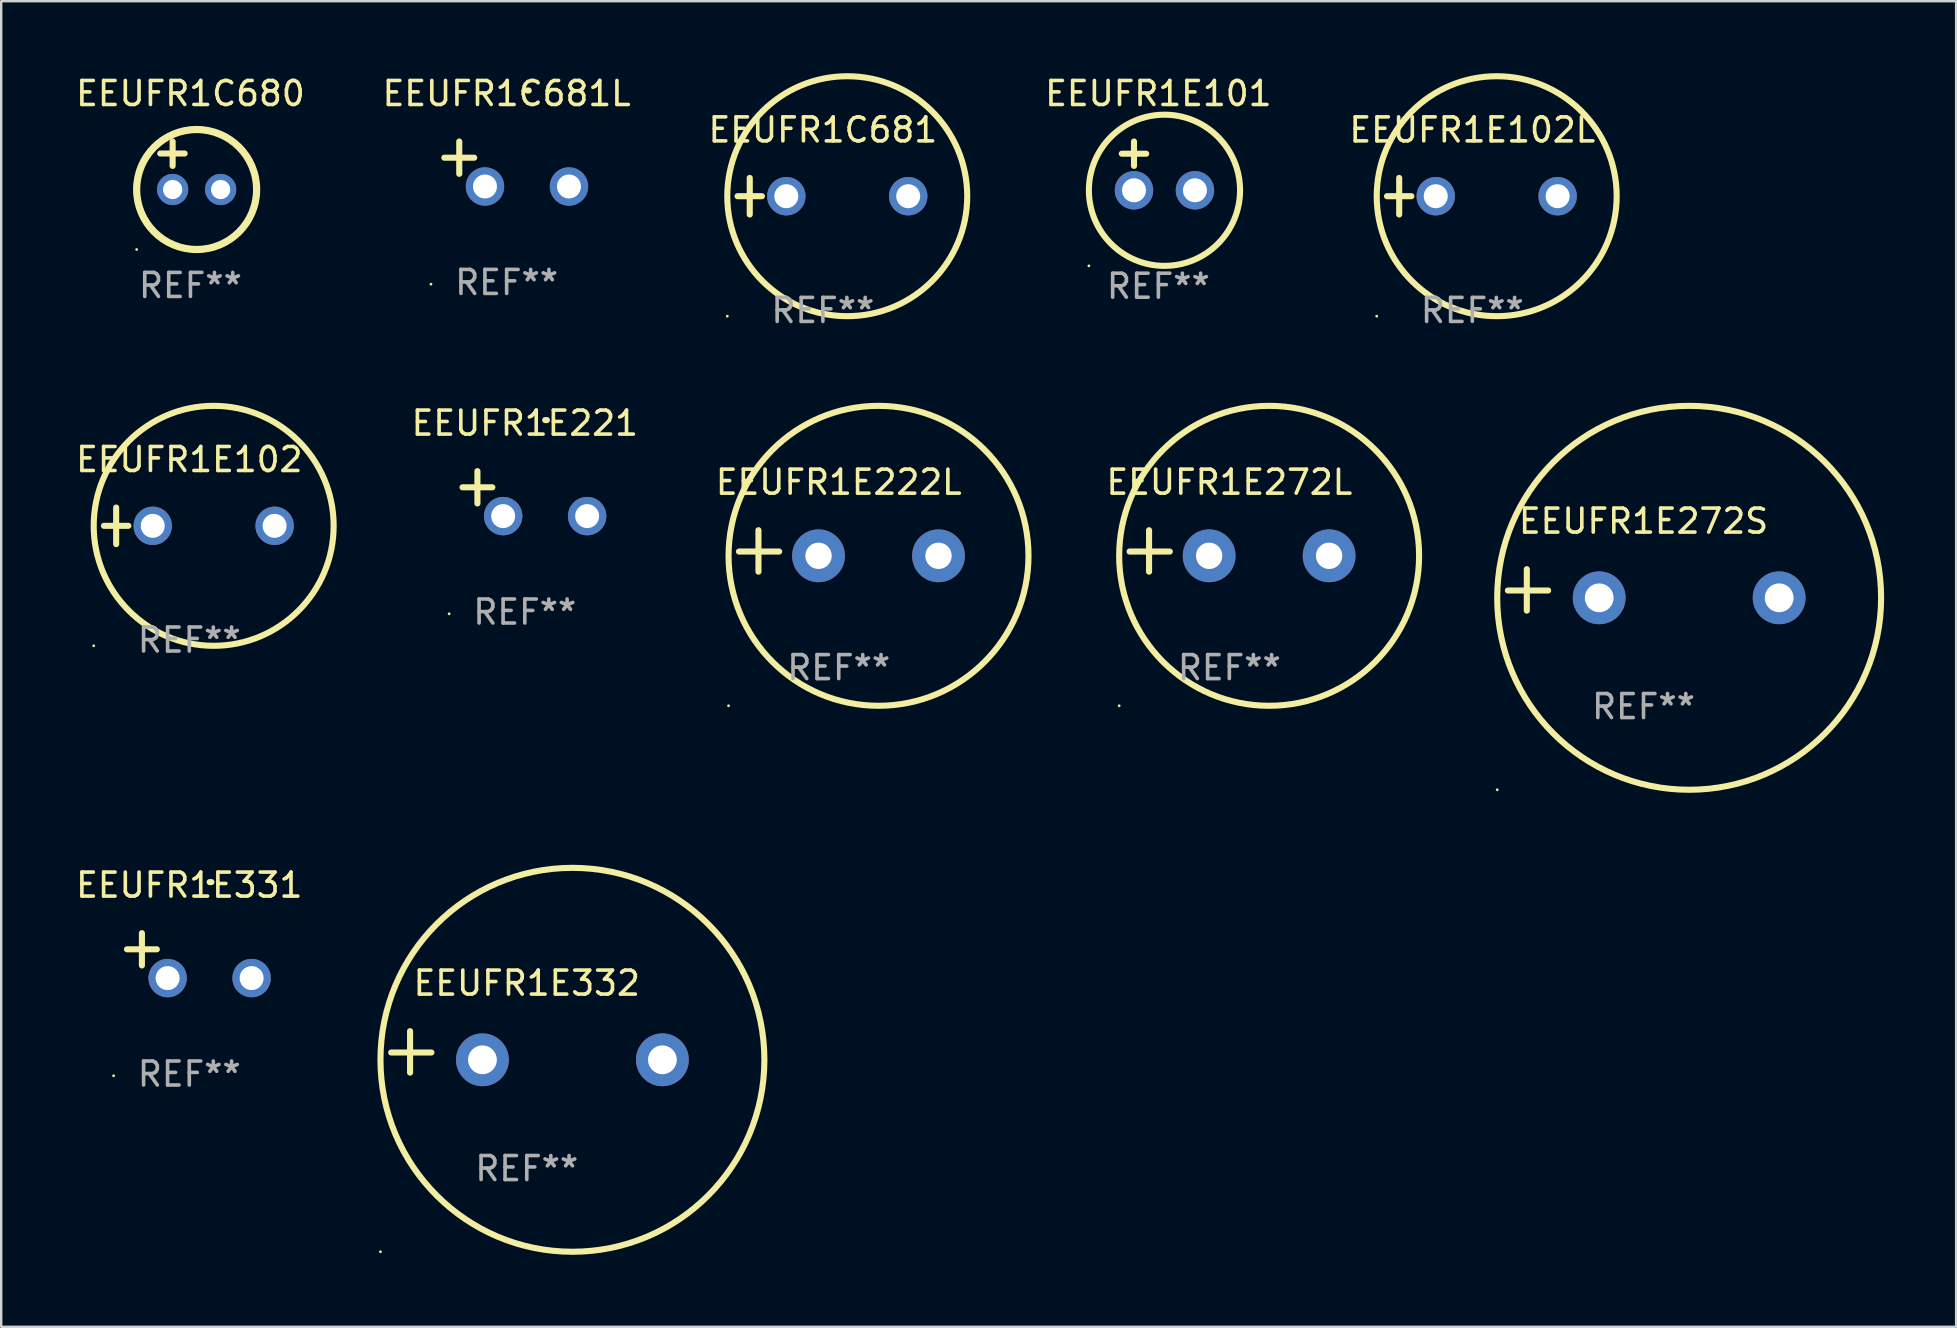
<source format=kicad_pcb>
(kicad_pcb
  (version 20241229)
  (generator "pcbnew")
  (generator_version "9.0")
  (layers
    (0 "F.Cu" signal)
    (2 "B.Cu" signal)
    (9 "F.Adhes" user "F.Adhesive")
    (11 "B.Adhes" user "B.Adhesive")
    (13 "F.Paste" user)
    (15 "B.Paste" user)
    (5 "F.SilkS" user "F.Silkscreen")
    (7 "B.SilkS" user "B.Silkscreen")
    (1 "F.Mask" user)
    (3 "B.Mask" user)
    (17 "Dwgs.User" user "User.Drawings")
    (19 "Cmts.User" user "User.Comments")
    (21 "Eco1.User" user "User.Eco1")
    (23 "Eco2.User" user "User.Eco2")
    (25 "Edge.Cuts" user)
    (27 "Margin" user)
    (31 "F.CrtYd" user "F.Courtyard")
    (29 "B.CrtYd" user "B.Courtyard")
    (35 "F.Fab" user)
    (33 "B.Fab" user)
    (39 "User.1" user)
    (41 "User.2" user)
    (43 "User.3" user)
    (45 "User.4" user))
  (footprint "EEUFR1E222L"
    (layer "F.Cu")
    (at 31.905 19.911)
    (property "Reference" "EEUFR1E222L" (at 0 -2.864 0) (layer "F.SilkS") (effects (font (size 1 1) (thickness 0.15))))
    (attr through_hole)
    (fp_line (start -3.346 0.864) (end -3.346 -0.864) (stroke (width 0.254) (type solid)) (layer "F.SilkS"))
    (fp_line (start -2.482 0.025) (end -4.158 0.025) (stroke (width 0.254) (type solid)) (layer "F.SilkS"))
    (fp_circle (center -4.592 6.453) (end -4.562 6.453) (stroke (width 0.06) (type solid)) (fill no) (layer "F.SilkS"))
    (fp_circle (center 1.658 0.203) (end 7.908 0.203) (stroke (width 0.254) (type solid)) (fill no) (layer "F.SilkS"))
    (fp_text user "REF**" (at 0 4.864 0) (layer "F.Fab") (effects (font (size 1 1) (thickness 0.15))))
    (pad "1" thru_hole circle (at -0.842 0.203) (size 2.2 2.2) (drill 1.1) (layers "*.Cu" "*.Mask"))
    (pad "2" thru_hole circle (at 4.158 0.203) (size 2.2 2.2) (drill 1.1) (layers "*.Cu" "*.Mask")))
  (footprint "EEUFR1E331"
    (layer "F.Cu")
    (at 4.839 36.776)
    (property "Reference" "EEUFR1E331" (at 0 -2.937 0) (layer "F.SilkS") (effects (font (size 1 1) (thickness 0.15))))
    (attr through_hole)
    (fp_line (start -1.975 0.41) (end -1.975 -0.937) (stroke (width 0.254) (type solid)) (layer "F.SilkS"))
    (fp_line (start -1.353 -0.263) (end -2.597 -0.263) (stroke (width 0.254) (type solid)) (layer "F.SilkS"))
    (fp_arc (start 0.849809 -3.063957) (mid 0.885369 -3.064114) (end 0.920929 -3.063957) (stroke (width 0.254001) (type solid)) (layer "F.SilkS"))
    (fp_circle (center -3.154 5.008) (end -3.124 5.008) (stroke (width 0.06) (type solid)) (fill no) (layer "F.SilkS"))
    (fp_text user "REF**" (at 0 4.937 0) (layer "F.Fab") (effects (font (size 1 1) (thickness 0.15))))
    (pad "1" thru_hole circle (at -0.903 0.937) (size 1.6 1.6) (drill 1) (layers "*.Cu" "*.Mask"))
    (pad "2" thru_hole circle (at 2.597 0.937) (size 1.6 1.6) (drill 1) (layers "*.Cu" "*.Mask")))
  (footprint "EEUFR1C681L"
    (layer "F.Cu")
    (at 18.065 3.785)
    (property "Reference" "EEUFR1C681L" (at 0 -2.937 0) (layer "F.SilkS") (effects (font (size 1 1) (thickness 0.15))))
    (attr through_hole)
    (fp_line (start -1.975 0.41) (end -1.975 -0.937) (stroke (width 0.254) (type solid)) (layer "F.SilkS"))
    (fp_line (start -1.353 -0.263) (end -2.597 -0.263) (stroke (width 0.254) (type solid)) (layer "F.SilkS"))
    (fp_arc (start 0.849809 -3.063957) (mid 0.885369 -3.064114) (end 0.920929 -3.063957) (stroke (width 0.254001) (type solid)) (layer "F.SilkS"))
    (fp_circle (center -3.154 5.008) (end -3.124 5.008) (stroke (width 0.06) (type solid)) (fill no) (layer "F.SilkS"))
    (fp_text user "REF**" (at 0 4.937 0) (layer "F.Fab") (effects (font (size 1 1) (thickness 0.15))))
    (pad "1" thru_hole circle (at -0.903 0.937) (size 1.6 1.6) (drill 1) (layers "*.Cu" "*.Mask"))
    (pad "2" thru_hole circle (at 2.597 0.937) (size 1.6 1.6) (drill 1) (layers "*.Cu" "*.Mask")))
  (footprint "EEUFR1E102L"
    (layer "F.Cu")
    (at 58.31 5.127)
    (property "Reference" "EEUFR1E102L" (at 0 -2.762 0) (layer "F.SilkS") (effects (font (size 1 1) (thickness 0.15))))
    (attr through_hole)
    (fp_line (start -3.556 0) (end -2.54 0) (stroke (width 0.254) (type solid)) (layer "F.SilkS"))
    (fp_line (start -3.048 -0.762) (end -3.048 0.762) (stroke (width 0.254) (type solid)) (layer "F.SilkS"))
    (fp_circle (center -3.984 5) (end -3.954 5) (stroke (width 0.06) (type solid)) (fill no) (layer "F.SilkS"))
    (fp_circle (center 1.016 0) (end 6.016 0) (stroke (width 0.254) (type solid)) (fill no) (layer "F.SilkS"))
    (fp_text user "REF**" (at 0 4.762 0) (layer "F.Fab") (effects (font (size 1 1) (thickness 0.15))))
    (pad "1" thru_hole circle (at -1.524 0) (size 1.6 1.6) (drill 1) (layers "*.Cu" "*.Mask"))
    (pad "2" thru_hole circle (at 3.556 0) (size 1.6 1.6) (drill 1) (layers "*.Cu" "*.Mask")))
  (footprint "EEUFR1E221"
    (layer "F.Cu")
    (at 18.822 17.522)
    (property "Reference" "EEUFR1E221" (at 0 -2.937 0) (layer "F.SilkS") (effects (font (size 1 1) (thickness 0.15))))
    (attr through_hole)
    (fp_line (start -1.975 0.41) (end -1.975 -0.937) (stroke (width 0.254) (type solid)) (layer "F.SilkS"))
    (fp_line (start -1.353 -0.263) (end -2.597 -0.263) (stroke (width 0.254) (type solid)) (layer "F.SilkS"))
    (fp_arc (start 0.849809 -3.063957) (mid 0.885369 -3.064114) (end 0.920929 -3.063957) (stroke (width 0.254001) (type solid)) (layer "F.SilkS"))
    (fp_circle (center -3.154 5.008) (end -3.124 5.008) (stroke (width 0.06) (type solid)) (fill no) (layer "F.SilkS"))
    (fp_text user "REF**" (at 0 4.937 0) (layer "F.Fab") (effects (font (size 1 1) (thickness 0.15))))
    (pad "1" thru_hole circle (at -0.903 0.937) (size 1.6 1.6) (drill 1) (layers "*.Cu" "*.Mask"))
    (pad "2" thru_hole circle (at 2.597 0.937) (size 1.6 1.6) (drill 1) (layers "*.Cu" "*.Mask")))
  (footprint "EEUFR1E102"
    (layer "F.Cu")
    (at 4.839 18.864)
    (property "Reference" "EEUFR1E102" (at 0 -2.762 0) (layer "F.SilkS") (effects (font (size 1 1) (thickness 0.15))))
    (attr through_hole)
    (fp_line (start -3.556 0) (end -2.54 0) (stroke (width 0.254) (type solid)) (layer "F.SilkS"))
    (fp_line (start -3.048 -0.762) (end -3.048 0.762) (stroke (width 0.254) (type solid)) (layer "F.SilkS"))
    (fp_circle (center -3.984 5) (end -3.954 5) (stroke (width 0.06) (type solid)) (fill no) (layer "F.SilkS"))
    (fp_circle (center 1.016 0) (end 6.016 0) (stroke (width 0.254) (type solid)) (fill no) (layer "F.SilkS"))
    (fp_text user "REF**" (at 0 4.762 0) (layer "F.Fab") (effects (font (size 1 1) (thickness 0.15))))
    (pad "1" thru_hole circle (at -1.524 0) (size 1.6 1.6) (drill 1) (layers "*.Cu" "*.Mask"))
    (pad "2" thru_hole circle (at 3.556 0) (size 1.6 1.6) (drill 1) (layers "*.Cu" "*.Mask")))
  (footprint "EEUFR1E272L"
    (layer "F.Cu")
    (at 48.184 19.911)
    (property "Reference" "EEUFR1E272L" (at 0 -2.864 0) (layer "F.SilkS") (effects (font (size 1 1) (thickness 0.15))))
    (attr through_hole)
    (fp_line (start -3.346 0.864) (end -3.346 -0.864) (stroke (width 0.254) (type solid)) (layer "F.SilkS"))
    (fp_line (start -2.482 0.025) (end -4.158 0.025) (stroke (width 0.254) (type solid)) (layer "F.SilkS"))
    (fp_circle (center -4.592 6.453) (end -4.562 6.453) (stroke (width 0.06) (type solid)) (fill no) (layer "F.SilkS"))
    (fp_circle (center 1.658 0.203) (end 7.908 0.203) (stroke (width 0.254) (type solid)) (fill no) (layer "F.SilkS"))
    (fp_text user "REF**" (at 0 4.864 0) (layer "F.Fab") (effects (font (size 1 1) (thickness 0.15))))
    (pad "1" thru_hole circle (at -0.842 0.203) (size 2.2 2.2) (drill 1.1) (layers "*.Cu" "*.Mask"))
    (pad "2" thru_hole circle (at 4.158 0.203) (size 2.2 2.2) (drill 1.1) (layers "*.Cu" "*.Mask")))
  (footprint "EEUFR1E332"
    (layer "F.Cu")
    (at 18.904 40.788)
    (property "Reference" "EEUFR1E332" (at 0 -2.864 0) (layer "F.SilkS") (effects (font (size 1 1) (thickness 0.15))))
    (attr through_hole)
    (fp_line (start -4.864 0.864) (end -4.864 -0.864) (stroke (width 0.254) (type solid)) (layer "F.SilkS"))
    (fp_line (start -3.975 0.025) (end -5.652 0.025) (stroke (width 0.254) (type solid)) (layer "F.SilkS"))
    (fp_circle (center -6.098 8.33) (end -6.068 8.33) (stroke (width 0.06) (type solid)) (fill no) (layer "F.SilkS"))
    (fp_circle (center 1.902 0.33) (end 9.902 0.33) (stroke (width 0.254) (type solid)) (fill no) (layer "F.SilkS"))
    (fp_text user "REF**" (at 0 4.864 0) (layer "F.Fab") (effects (font (size 1 1) (thickness 0.15))))
    (pad "1" thru_hole circle (at -1.848 0.33) (size 2.2 2.2) (drill 1.2) (layers "*.Cu" "*.Mask"))
    (pad "2" thru_hole circle (at 5.652 0.33) (size 2.2 2.2) (drill 1.2) (layers "*.Cu" "*.Mask")))
  (footprint "EEUFR1E101"
    (layer "F.Cu")
    (at 45.226 3.864)
    (property "Reference" "EEUFR1E101" (at 0 -3.016 0) (layer "F.SilkS") (effects (font (size 1 1) (thickness 0.15))))
    (attr through_hole)
    (fp_line (start -1.524 -0.508) (end -0.508 -0.508) (stroke (width 0.254) (type solid)) (layer "F.SilkS"))
    (fp_line (start -1.016 -1.016) (end -1.016 0) (stroke (width 0.254) (type solid)) (layer "F.SilkS"))
    (fp_circle (center -2.896 4.166) (end -2.866 4.166) (stroke (width 0.06) (type solid)) (fill no) (layer "F.SilkS"))
    (fp_circle (center 0.254 1.016) (end 3.404 1.016) (stroke (width 0.254) (type solid)) (fill no) (layer "F.SilkS"))
    (fp_text user "REF**" (at 0 5.016 0) (layer "F.Fab") (effects (font (size 1 1) (thickness 0.15))))
    (pad "1" thru_hole circle (at -1.016 1.016) (size 1.6 1.6) (drill 1) (layers "*.Cu" "*.Mask"))
    (pad "2" thru_hole circle (at 1.524 1.016) (size 1.6 1.6) (drill 1) (layers "*.Cu" "*.Mask")))
  (footprint "EEUFR1C681"
    (layer "F.Cu")
    (at 31.244 5.127)
    (property "Reference" "EEUFR1C681" (at 0 -2.762 0) (layer "F.SilkS") (effects (font (size 1 1) (thickness 0.15))))
    (attr through_hole)
    (fp_line (start -3.556 0) (end -2.54 0) (stroke (width 0.254) (type solid)) (layer "F.SilkS"))
    (fp_line (start -3.048 -0.762) (end -3.048 0.762) (stroke (width 0.254) (type solid)) (layer "F.SilkS"))
    (fp_circle (center -3.984 5) (end -3.954 5) (stroke (width 0.06) (type solid)) (fill no) (layer "F.SilkS"))
    (fp_circle (center 1.016 0) (end 6.016 0) (stroke (width 0.254) (type solid)) (fill no) (layer "F.SilkS"))
    (fp_text user "REF**" (at 0 4.762 0) (layer "F.Fab") (effects (font (size 1 1) (thickness 0.15))))
    (pad "1" thru_hole circle (at -1.524 0) (size 1.6 1.6) (drill 1) (layers "*.Cu" "*.Mask"))
    (pad "2" thru_hole circle (at 3.556 0) (size 1.6 1.6) (drill 1) (layers "*.Cu" "*.Mask")))
  (footprint "EEUFR1E272S"
    (layer "F.Cu")
    (at 65.445 21.534)
    (property "Reference" "EEUFR1E272S" (at 0 -2.864 0) (layer "F.SilkS") (effects (font (size 1 1) (thickness 0.15))))
    (attr through_hole)
    (fp_line (start -4.864 0.864) (end -4.864 -0.864) (stroke (width 0.254) (type solid)) (layer "F.SilkS"))
    (fp_line (start -3.975 0.025) (end -5.652 0.025) (stroke (width 0.254) (type solid)) (layer "F.SilkS"))
    (fp_circle (center -6.098 8.33) (end -6.068 8.33) (stroke (width 0.06) (type solid)) (fill no) (layer "F.SilkS"))
    (fp_circle (center 1.902 0.33) (end 9.902 0.33) (stroke (width 0.254) (type solid)) (fill no) (layer "F.SilkS"))
    (fp_text user "REF**" (at 0 4.864 0) (layer "F.Fab") (effects (font (size 1 1) (thickness 0.15))))
    (pad "1" thru_hole circle (at -1.848 0.33) (size 2.2 2.2) (drill 1.2) (layers "*.Cu" "*.Mask"))
    (pad "2" thru_hole circle (at 5.652 0.33) (size 2.2 2.2) (drill 1.2) (layers "*.Cu" "*.Mask")))
  (footprint "EEUFR1C680"
    (layer "F.Cu")
    (at 4.887 3.848)
    (property "Reference" "EEUFR1C680" (at 0 -3 0) (layer "F.SilkS") (effects (font (size 1 1) (thickness 0.15))))
    (attr through_hole)
    (fp_line (start -1.258 -0.5) (end -0.242 -0.5) (stroke (width 0.254) (type solid)) (layer "F.SilkS"))
    (fp_line (start -0.742 -1) (end -0.742 0.016) (stroke (width 0.254) (type solid)) (layer "F.SilkS"))
    (fp_circle (center -2.242 3.5) (end -2.212 3.5) (stroke (width 0.06) (type solid)) (fill no) (layer "F.SilkS"))
    (fp_circle (center 0.258 1) (end 2.758 1) (stroke (width 0.3) (type solid)) (fill no) (layer "F.SilkS"))
    (fp_text user "REF**" (at 0 5 0) (layer "F.Fab") (effects (font (size 1 1) (thickness 0.15))))
    (pad "1" thru_hole circle (at -0.742 1) (size 1.3 1.3) (drill 0.8) (layers "*.Cu" "*.Mask"))
    (pad "2" thru_hole circle (at 1.258 1) (size 1.3 1.3) (drill 0.8) (layers "*.Cu" "*.Mask")))
  (gr_rect
    (start -3 -3)
    (end 78.473 52.245)
    (stroke (width 0.1) (type default))
    (fill no)
    (layer "Edge.Cuts")))
</source>
